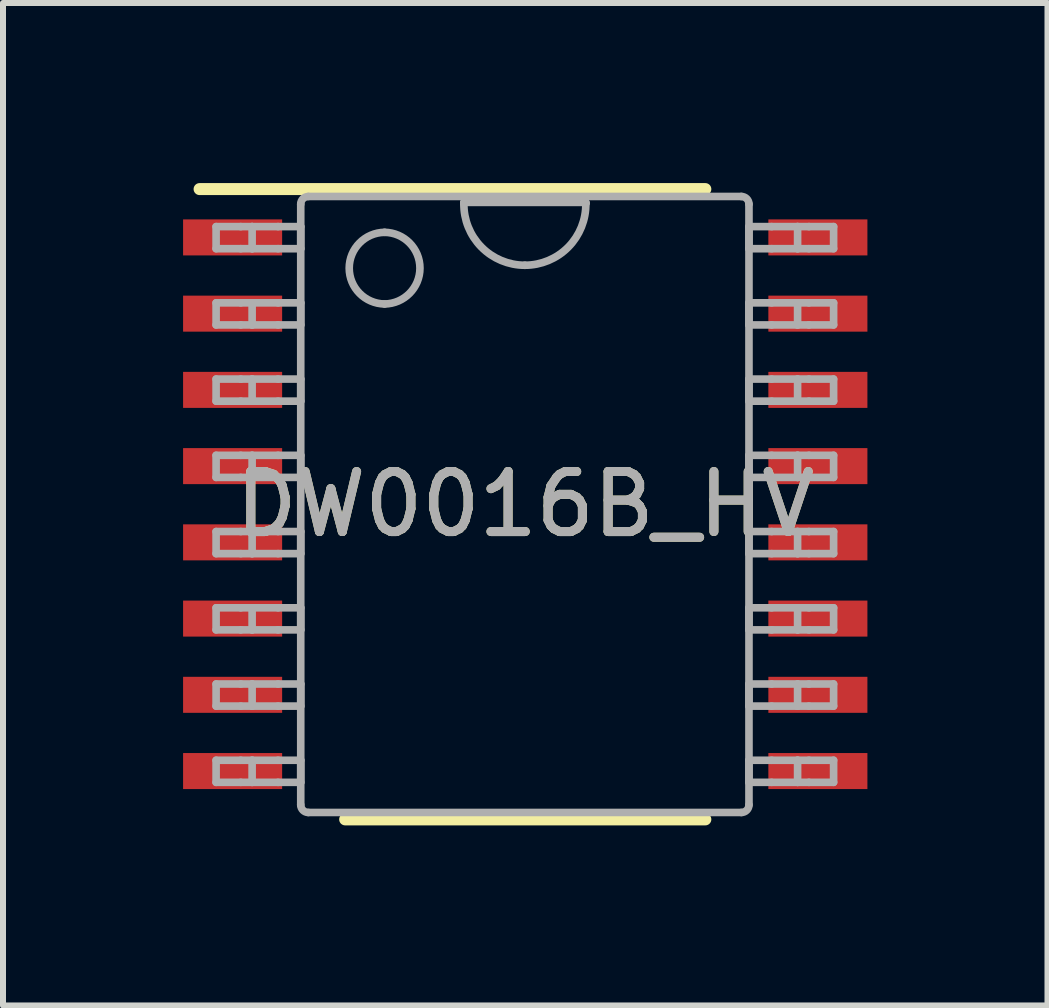
<source format=kicad_pcb>
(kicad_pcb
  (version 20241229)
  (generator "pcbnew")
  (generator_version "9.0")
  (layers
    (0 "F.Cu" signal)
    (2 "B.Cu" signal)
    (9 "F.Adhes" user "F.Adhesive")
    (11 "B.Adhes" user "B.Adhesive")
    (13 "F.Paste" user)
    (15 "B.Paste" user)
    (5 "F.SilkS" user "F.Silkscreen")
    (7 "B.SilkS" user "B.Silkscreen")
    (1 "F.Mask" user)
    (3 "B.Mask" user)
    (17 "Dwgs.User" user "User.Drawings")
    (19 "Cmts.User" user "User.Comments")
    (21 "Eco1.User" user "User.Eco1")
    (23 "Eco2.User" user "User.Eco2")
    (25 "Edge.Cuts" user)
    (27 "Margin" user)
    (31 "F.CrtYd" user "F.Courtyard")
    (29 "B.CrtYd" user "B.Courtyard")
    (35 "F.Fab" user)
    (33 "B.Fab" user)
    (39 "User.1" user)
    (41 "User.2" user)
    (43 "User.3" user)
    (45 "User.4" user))
  (footprint "DW0016B_HV"
    (layer "F.Cu")
    (at 5.7 5.35)
    (property "Reference" "DW0016B_HV" (at 0 0 0) (unlocked yes) (layer "F.SilkS") (effects (font (size 1 1) (thickness 0.15))))
    (attr smd)
    (fp_line (start -5.425 -5.25) (end 3 -5.25) (stroke (width 0.2) (type solid)) (layer "F.SilkS"))
    (fp_line (start -3 5.25) (end 3 5.25) (stroke (width 0.2) (type solid)) (layer "F.SilkS"))
    (fp_line (start -5.15 -4.625) (end -4.739 -4.625) (stroke (width 0.127) (type solid)) (layer "F.Fab"))
    (fp_line (start -5.15 -4.257) (end -5.15 -4.625) (stroke (width 0.127) (type solid)) (layer "F.Fab"))
    (fp_line (start -5.15 -4.257) (end -4.739 -4.257) (stroke (width 0.127) (type solid)) (layer "F.Fab"))
    (fp_line (start -5.15 -3.355) (end -4.739 -3.355) (stroke (width 0.127) (type solid)) (layer "F.Fab"))
    (fp_line (start -5.15 -2.987) (end -5.15 -3.355) (stroke (width 0.127) (type solid)) (layer "F.Fab"))
    (fp_line (start -5.15 -2.987) (end -4.739 -2.987) (stroke (width 0.127) (type solid)) (layer "F.Fab"))
    (fp_line (start -5.15 -2.085) (end -4.739 -2.085) (stroke (width 0.127) (type solid)) (layer "F.Fab"))
    (fp_line (start -5.15 -1.717) (end -5.15 -2.085) (stroke (width 0.127) (type solid)) (layer "F.Fab"))
    (fp_line (start -5.15 -1.717) (end -4.739 -1.717) (stroke (width 0.127) (type solid)) (layer "F.Fab"))
    (fp_line (start -5.15 -0.815) (end -4.739 -0.815) (stroke (width 0.127) (type solid)) (layer "F.Fab"))
    (fp_line (start -5.15 -0.447) (end -5.15 -0.815) (stroke (width 0.127) (type solid)) (layer "F.Fab"))
    (fp_line (start -5.15 -0.447) (end -4.739 -0.447) (stroke (width 0.127) (type solid)) (layer "F.Fab"))
    (fp_line (start -5.15 0.455) (end -4.739 0.455) (stroke (width 0.127) (type solid)) (layer "F.Fab"))
    (fp_line (start -5.15 0.823) (end -5.15 0.455) (stroke (width 0.127) (type solid)) (layer "F.Fab"))
    (fp_line (start -5.15 0.823) (end -4.739 0.823) (stroke (width 0.127) (type solid)) (layer "F.Fab"))
    (fp_line (start -5.15 1.725) (end -4.739 1.725) (stroke (width 0.127) (type solid)) (layer "F.Fab"))
    (fp_line (start -5.15 2.093) (end -5.15 1.725) (stroke (width 0.127) (type solid)) (layer "F.Fab"))
    (fp_line (start -5.15 2.093) (end -4.739 2.093) (stroke (width 0.127) (type solid)) (layer "F.Fab"))
    (fp_line (start -5.15 2.995) (end -4.739 2.995) (stroke (width 0.127) (type solid)) (layer "F.Fab"))
    (fp_line (start -5.15 3.363) (end -5.15 2.995) (stroke (width 0.127) (type solid)) (layer "F.Fab"))
    (fp_line (start -5.15 3.363) (end -4.739 3.363) (stroke (width 0.127) (type solid)) (layer "F.Fab"))
    (fp_line (start -5.15 4.265) (end -4.739 4.265) (stroke (width 0.127) (type solid)) (layer "F.Fab"))
    (fp_line (start -5.15 4.633) (end -5.15 4.265) (stroke (width 0.127) (type solid)) (layer "F.Fab"))
    (fp_line (start -5.15 4.633) (end -4.739 4.633) (stroke (width 0.127) (type solid)) (layer "F.Fab"))
    (fp_line (start -4.739 -4.625) (end -4.55 -4.625) (stroke (width 0.127) (type solid)) (layer "F.Fab"))
    (fp_line (start -4.739 -4.257) (end -4.55 -4.257) (stroke (width 0.127) (type solid)) (layer "F.Fab"))
    (fp_line (start -4.739 -3.355) (end -4.55 -3.355) (stroke (width 0.127) (type solid)) (layer "F.Fab"))
    (fp_line (start -4.739 -2.987) (end -4.55 -2.987) (stroke (width 0.127) (type solid)) (layer "F.Fab"))
    (fp_line (start -4.739 -2.085) (end -4.55 -2.085) (stroke (width 0.127) (type solid)) (layer "F.Fab"))
    (fp_line (start -4.739 -1.717) (end -4.55 -1.717) (stroke (width 0.127) (type solid)) (layer "F.Fab"))
    (fp_line (start -4.739 -0.815) (end -4.55 -0.815) (stroke (width 0.127) (type solid)) (layer "F.Fab"))
    (fp_line (start -4.739 -0.447) (end -4.55 -0.447) (stroke (width 0.127) (type solid)) (layer "F.Fab"))
    (fp_line (start -4.739 0.455) (end -4.55 0.455) (stroke (width 0.127) (type solid)) (layer "F.Fab"))
    (fp_line (start -4.739 0.823) (end -4.55 0.823) (stroke (width 0.127) (type solid)) (layer "F.Fab"))
    (fp_line (start -4.739 1.725) (end -4.55 1.725) (stroke (width 0.127) (type solid)) (layer "F.Fab"))
    (fp_line (start -4.739 2.093) (end -4.55 2.093) (stroke (width 0.127) (type solid)) (layer "F.Fab"))
    (fp_line (start -4.739 2.995) (end -4.55 2.995) (stroke (width 0.127) (type solid)) (layer "F.Fab"))
    (fp_line (start -4.739 3.363) (end -4.55 3.363) (stroke (width 0.127) (type solid)) (layer "F.Fab"))
    (fp_line (start -4.739 4.265) (end -4.55 4.265) (stroke (width 0.127) (type solid)) (layer "F.Fab"))
    (fp_line (start -4.739 4.633) (end -4.55 4.633) (stroke (width 0.127) (type solid)) (layer "F.Fab"))
    (fp_line (start -4.55 -4.625) (end -4.118 -4.625) (stroke (width 0.127) (type solid)) (layer "F.Fab"))
    (fp_line (start -4.55 -4.257) (end -4.55 -4.625) (stroke (width 0.127) (type solid)) (layer "F.Fab"))
    (fp_line (start -4.55 -4.257) (end -4.118 -4.257) (stroke (width 0.127) (type solid)) (layer "F.Fab"))
    (fp_line (start -4.55 -3.355) (end -4.118 -3.355) (stroke (width 0.127) (type solid)) (layer "F.Fab"))
    (fp_line (start -4.55 -2.987) (end -4.55 -3.355) (stroke (width 0.127) (type solid)) (layer "F.Fab"))
    (fp_line (start -4.55 -2.987) (end -4.118 -2.987) (stroke (width 0.127) (type solid)) (layer "F.Fab"))
    (fp_line (start -4.55 -2.085) (end -4.118 -2.085) (stroke (width 0.127) (type solid)) (layer "F.Fab"))
    (fp_line (start -4.55 -1.717) (end -4.55 -2.085) (stroke (width 0.127) (type solid)) (layer "F.Fab"))
    (fp_line (start -4.55 -1.717) (end -4.118 -1.717) (stroke (width 0.127) (type solid)) (layer "F.Fab"))
    (fp_line (start -4.55 -0.815) (end -4.118 -0.815) (stroke (width 0.127) (type solid)) (layer "F.Fab"))
    (fp_line (start -4.55 -0.447) (end -4.55 -0.815) (stroke (width 0.127) (type solid)) (layer "F.Fab"))
    (fp_line (start -4.55 -0.447) (end -4.118 -0.447) (stroke (width 0.127) (type solid)) (layer "F.Fab"))
    (fp_line (start -4.55 0.455) (end -4.118 0.455) (stroke (width 0.127) (type solid)) (layer "F.Fab"))
    (fp_line (start -4.55 0.823) (end -4.55 0.455) (stroke (width 0.127) (type solid)) (layer "F.Fab"))
    (fp_line (start -4.55 0.823) (end -4.118 0.823) (stroke (width 0.127) (type solid)) (layer "F.Fab"))
    (fp_line (start -4.55 1.725) (end -4.118 1.725) (stroke (width 0.127) (type solid)) (layer "F.Fab"))
    (fp_line (start -4.55 2.093) (end -4.55 1.725) (stroke (width 0.127) (type solid)) (layer "F.Fab"))
    (fp_line (start -4.55 2.093) (end -4.118 2.093) (stroke (width 0.127) (type solid)) (layer "F.Fab"))
    (fp_line (start -4.55 2.995) (end -4.118 2.995) (stroke (width 0.127) (type solid)) (layer "F.Fab"))
    (fp_line (start -4.55 3.363) (end -4.55 2.995) (stroke (width 0.127) (type solid)) (layer "F.Fab"))
    (fp_line (start -4.55 3.363) (end -4.118 3.363) (stroke (width 0.127) (type solid)) (layer "F.Fab"))
    (fp_line (start -4.55 4.265) (end -4.118 4.265) (stroke (width 0.127) (type solid)) (layer "F.Fab"))
    (fp_line (start -4.55 4.633) (end -4.55 4.265) (stroke (width 0.127) (type solid)) (layer "F.Fab"))
    (fp_line (start -4.55 4.633) (end -4.118 4.633) (stroke (width 0.127) (type solid)) (layer "F.Fab"))
    (fp_line (start -4.118 -4.625) (end -3.74 -4.625) (stroke (width 0.127) (type solid)) (layer "F.Fab"))
    (fp_line (start -4.118 -4.257) (end -3.74 -4.257) (stroke (width 0.127) (type solid)) (layer "F.Fab"))
    (fp_line (start -4.118 -3.355) (end -3.74 -3.355) (stroke (width 0.127) (type solid)) (layer "F.Fab"))
    (fp_line (start -4.118 -2.987) (end -3.74 -2.987) (stroke (width 0.127) (type solid)) (layer "F.Fab"))
    (fp_line (start -4.118 -2.085) (end -3.74 -2.085) (stroke (width 0.127) (type solid)) (layer "F.Fab"))
    (fp_line (start -4.118 -1.717) (end -3.74 -1.717) (stroke (width 0.127) (type solid)) (layer "F.Fab"))
    (fp_line (start -4.118 -0.815) (end -3.74 -0.815) (stroke (width 0.127) (type solid)) (layer "F.Fab"))
    (fp_line (start -4.118 -0.447) (end -3.74 -0.447) (stroke (width 0.127) (type solid)) (layer "F.Fab"))
    (fp_line (start -4.118 0.455) (end -3.74 0.455) (stroke (width 0.127) (type solid)) (layer "F.Fab"))
    (fp_line (start -4.118 0.823) (end -3.74 0.823) (stroke (width 0.127) (type solid)) (layer "F.Fab"))
    (fp_line (start -4.118 1.725) (end -3.74 1.725) (stroke (width 0.127) (type solid)) (layer "F.Fab"))
    (fp_line (start -4.118 2.093) (end -3.74 2.093) (stroke (width 0.127) (type solid)) (layer "F.Fab"))
    (fp_line (start -4.118 2.995) (end -3.74 2.995) (stroke (width 0.127) (type solid)) (layer "F.Fab"))
    (fp_line (start -4.118 3.363) (end -3.74 3.363) (stroke (width 0.127) (type solid)) (layer "F.Fab"))
    (fp_line (start -4.118 4.265) (end -3.74 4.265) (stroke (width 0.127) (type solid)) (layer "F.Fab"))
    (fp_line (start -4.118 4.633) (end -3.74 4.633) (stroke (width 0.127) (type solid)) (layer "F.Fab"))
    (fp_line (start -3.74 -4.257) (end -3.74 -4.625) (stroke (width 0.127) (type solid)) (layer "F.Fab"))
    (fp_line (start -3.74 -2.987) (end -3.74 -3.355) (stroke (width 0.127) (type solid)) (layer "F.Fab"))
    (fp_line (start -3.74 -1.717) (end -3.74 -2.085) (stroke (width 0.127) (type solid)) (layer "F.Fab"))
    (fp_line (start -3.74 -0.447) (end -3.74 -0.815) (stroke (width 0.127) (type solid)) (layer "F.Fab"))
    (fp_line (start -3.74 0.823) (end -3.74 0.455) (stroke (width 0.127) (type solid)) (layer "F.Fab"))
    (fp_line (start -3.74 2.093) (end -3.74 1.725) (stroke (width 0.127) (type solid)) (layer "F.Fab"))
    (fp_line (start -3.74 3.363) (end -3.74 2.995) (stroke (width 0.127) (type solid)) (layer "F.Fab"))
    (fp_line (start -3.74 4.633) (end -3.74 4.265) (stroke (width 0.127) (type solid)) (layer "F.Fab"))
    (fp_line (start -3.74 5.008) (end -3.74 -5) (stroke (width 0.127) (type solid)) (layer "F.Fab"))
    (fp_line (start -3.614 -5.127) (end 3.601 -5.127) (stroke (width 0.127) (type solid)) (layer "F.Fab"))
    (fp_line (start -3.614 5.135) (end 3.601 5.135) (stroke (width 0.127) (type solid)) (layer "F.Fab"))
    (fp_line (start -1.023 -5.011) (end -1.022 -5.013) (stroke (width 0.127) (type solid)) (layer "F.Fab"))
    (fp_line (start -1.022 -5.013) (end -1.022 -5.028) (stroke (width 0.127) (type solid)) (layer "F.Fab"))
    (fp_line (start -1.022 -5.028) (end 1.009 -5.028) (stroke (width 0.127) (type solid)) (layer "F.Fab"))
    (fp_line (start 1.009 -5.028) (end 1.009 -5.013) (stroke (width 0.127) (type solid)) (layer "F.Fab"))
    (fp_line (start 1.009 -5.013) (end 1.01 -5.011) (stroke (width 0.127) (type solid)) (layer "F.Fab"))
    (fp_line (start 3.727 -4.625) (end 4.105 -4.625) (stroke (width 0.127) (type solid)) (layer "F.Fab"))
    (fp_line (start 3.727 -4.257) (end 3.727 -4.625) (stroke (width 0.127) (type solid)) (layer "F.Fab"))
    (fp_line (start 3.727 -4.257) (end 4.105 -4.257) (stroke (width 0.127) (type solid)) (layer "F.Fab"))
    (fp_line (start 3.727 -3.355) (end 4.105 -3.355) (stroke (width 0.127) (type solid)) (layer "F.Fab"))
    (fp_line (start 3.727 -2.987) (end 3.727 -3.355) (stroke (width 0.127) (type solid)) (layer "F.Fab"))
    (fp_line (start 3.727 -2.987) (end 4.105 -2.987) (stroke (width 0.127) (type solid)) (layer "F.Fab"))
    (fp_line (start 3.727 -2.085) (end 4.105 -2.085) (stroke (width 0.127) (type solid)) (layer "F.Fab"))
    (fp_line (start 3.727 -1.717) (end 3.727 -2.085) (stroke (width 0.127) (type solid)) (layer "F.Fab"))
    (fp_line (start 3.727 -1.717) (end 4.105 -1.717) (stroke (width 0.127) (type solid)) (layer "F.Fab"))
    (fp_line (start 3.727 -0.815) (end 4.105 -0.815) (stroke (width 0.127) (type solid)) (layer "F.Fab"))
    (fp_line (start 3.727 -0.447) (end 3.727 -0.815) (stroke (width 0.127) (type solid)) (layer "F.Fab"))
    (fp_line (start 3.727 -0.447) (end 4.105 -0.447) (stroke (width 0.127) (type solid)) (layer "F.Fab"))
    (fp_line (start 3.727 0.455) (end 4.105 0.455) (stroke (width 0.127) (type solid)) (layer "F.Fab"))
    (fp_line (start 3.727 0.823) (end 3.727 0.455) (stroke (width 0.127) (type solid)) (layer "F.Fab"))
    (fp_line (start 3.727 0.823) (end 4.105 0.823) (stroke (width 0.127) (type solid)) (layer "F.Fab"))
    (fp_line (start 3.727 1.725) (end 4.105 1.725) (stroke (width 0.127) (type solid)) (layer "F.Fab"))
    (fp_line (start 3.727 2.093) (end 3.727 1.725) (stroke (width 0.127) (type solid)) (layer "F.Fab"))
    (fp_line (start 3.727 2.093) (end 4.105 2.093) (stroke (width 0.127) (type solid)) (layer "F.Fab"))
    (fp_line (start 3.727 2.995) (end 4.105 2.995) (stroke (width 0.127) (type solid)) (layer "F.Fab"))
    (fp_line (start 3.727 3.363) (end 3.727 2.995) (stroke (width 0.127) (type solid)) (layer "F.Fab"))
    (fp_line (start 3.727 3.363) (end 4.105 3.363) (stroke (width 0.127) (type solid)) (layer "F.Fab"))
    (fp_line (start 3.727 4.265) (end 4.105 4.265) (stroke (width 0.127) (type solid)) (layer "F.Fab"))
    (fp_line (start 3.727 4.633) (end 3.727 4.265) (stroke (width 0.127) (type solid)) (layer "F.Fab"))
    (fp_line (start 3.727 4.633) (end 4.105 4.633) (stroke (width 0.127) (type solid)) (layer "F.Fab"))
    (fp_line (start 3.727 5.008) (end 3.727 -5) (stroke (width 0.127) (type solid)) (layer "F.Fab"))
    (fp_line (start 4.105 -4.625) (end 4.537 -4.625) (stroke (width 0.127) (type solid)) (layer "F.Fab"))
    (fp_line (start 4.105 -4.257) (end 4.537 -4.257) (stroke (width 0.127) (type solid)) (layer "F.Fab"))
    (fp_line (start 4.105 -3.355) (end 4.537 -3.355) (stroke (width 0.127) (type solid)) (layer "F.Fab"))
    (fp_line (start 4.105 -2.987) (end 4.537 -2.987) (stroke (width 0.127) (type solid)) (layer "F.Fab"))
    (fp_line (start 4.105 -2.085) (end 4.537 -2.085) (stroke (width 0.127) (type solid)) (layer "F.Fab"))
    (fp_line (start 4.105 -1.717) (end 4.537 -1.717) (stroke (width 0.127) (type solid)) (layer "F.Fab"))
    (fp_line (start 4.105 -0.815) (end 4.537 -0.815) (stroke (width 0.127) (type solid)) (layer "F.Fab"))
    (fp_line (start 4.105 -0.447) (end 4.537 -0.447) (stroke (width 0.127) (type solid)) (layer "F.Fab"))
    (fp_line (start 4.105 0.455) (end 4.537 0.455) (stroke (width 0.127) (type solid)) (layer "F.Fab"))
    (fp_line (start 4.105 0.823) (end 4.537 0.823) (stroke (width 0.127) (type solid)) (layer "F.Fab"))
    (fp_line (start 4.105 1.725) (end 4.537 1.725) (stroke (width 0.127) (type solid)) (layer "F.Fab"))
    (fp_line (start 4.105 2.093) (end 4.537 2.093) (stroke (width 0.127) (type solid)) (layer "F.Fab"))
    (fp_line (start 4.105 2.995) (end 4.537 2.995) (stroke (width 0.127) (type solid)) (layer "F.Fab"))
    (fp_line (start 4.105 3.363) (end 4.537 3.363) (stroke (width 0.127) (type solid)) (layer "F.Fab"))
    (fp_line (start 4.105 4.265) (end 4.537 4.265) (stroke (width 0.127) (type solid)) (layer "F.Fab"))
    (fp_line (start 4.105 4.633) (end 4.537 4.633) (stroke (width 0.127) (type solid)) (layer "F.Fab"))
    (fp_line (start 4.537 -4.625) (end 4.726 -4.625) (stroke (width 0.127) (type solid)) (layer "F.Fab"))
    (fp_line (start 4.537 -4.257) (end 4.537 -4.625) (stroke (width 0.127) (type solid)) (layer "F.Fab"))
    (fp_line (start 4.537 -4.257) (end 4.726 -4.257) (stroke (width 0.127) (type solid)) (layer "F.Fab"))
    (fp_line (start 4.537 -3.355) (end 4.726 -3.355) (stroke (width 0.127) (type solid)) (layer "F.Fab"))
    (fp_line (start 4.537 -2.987) (end 4.537 -3.355) (stroke (width 0.127) (type solid)) (layer "F.Fab"))
    (fp_line (start 4.537 -2.987) (end 4.726 -2.987) (stroke (width 0.127) (type solid)) (layer "F.Fab"))
    (fp_line (start 4.537 -2.085) (end 4.726 -2.085) (stroke (width 0.127) (type solid)) (layer "F.Fab"))
    (fp_line (start 4.537 -1.717) (end 4.537 -2.085) (stroke (width 0.127) (type solid)) (layer "F.Fab"))
    (fp_line (start 4.537 -1.717) (end 4.726 -1.717) (stroke (width 0.127) (type solid)) (layer "F.Fab"))
    (fp_line (start 4.537 -0.815) (end 4.726 -0.815) (stroke (width 0.127) (type solid)) (layer "F.Fab"))
    (fp_line (start 4.537 -0.447) (end 4.537 -0.815) (stroke (width 0.127) (type solid)) (layer "F.Fab"))
    (fp_line (start 4.537 -0.447) (end 4.726 -0.447) (stroke (width 0.127) (type solid)) (layer "F.Fab"))
    (fp_line (start 4.537 0.455) (end 4.726 0.455) (stroke (width 0.127) (type solid)) (layer "F.Fab"))
    (fp_line (start 4.537 0.823) (end 4.537 0.455) (stroke (width 0.127) (type solid)) (layer "F.Fab"))
    (fp_line (start 4.537 0.823) (end 4.726 0.823) (stroke (width 0.127) (type solid)) (layer "F.Fab"))
    (fp_line (start 4.537 1.725) (end 4.726 1.725) (stroke (width 0.127) (type solid)) (layer "F.Fab"))
    (fp_line (start 4.537 2.093) (end 4.537 1.725) (stroke (width 0.127) (type solid)) (layer "F.Fab"))
    (fp_line (start 4.537 2.093) (end 4.726 2.093) (stroke (width 0.127) (type solid)) (layer "F.Fab"))
    (fp_line (start 4.537 2.995) (end 4.726 2.995) (stroke (width 0.127) (type solid)) (layer "F.Fab"))
    (fp_line (start 4.537 3.363) (end 4.537 2.995) (stroke (width 0.127) (type solid)) (layer "F.Fab"))
    (fp_line (start 4.537 3.363) (end 4.726 3.363) (stroke (width 0.127) (type solid)) (layer "F.Fab"))
    (fp_line (start 4.537 4.265) (end 4.726 4.265) (stroke (width 0.127) (type solid)) (layer "F.Fab"))
    (fp_line (start 4.537 4.633) (end 4.537 4.265) (stroke (width 0.127) (type solid)) (layer "F.Fab"))
    (fp_line (start 4.537 4.633) (end 4.726 4.633) (stroke (width 0.127) (type solid)) (layer "F.Fab"))
    (fp_line (start 4.726 -4.625) (end 5.137 -4.625) (stroke (width 0.127) (type solid)) (layer "F.Fab"))
    (fp_line (start 4.726 -4.257) (end 5.137 -4.257) (stroke (width 0.127) (type solid)) (layer "F.Fab"))
    (fp_line (start 4.726 -3.355) (end 5.137 -3.355) (stroke (width 0.127) (type solid)) (layer "F.Fab"))
    (fp_line (start 4.726 -2.987) (end 5.137 -2.987) (stroke (width 0.127) (type solid)) (layer "F.Fab"))
    (fp_line (start 4.726 -2.085) (end 5.137 -2.085) (stroke (width 0.127) (type solid)) (layer "F.Fab"))
    (fp_line (start 4.726 -1.717) (end 5.137 -1.717) (stroke (width 0.127) (type solid)) (layer "F.Fab"))
    (fp_line (start 4.726 -0.815) (end 5.137 -0.815) (stroke (width 0.127) (type solid)) (layer "F.Fab"))
    (fp_line (start 4.726 -0.447) (end 5.137 -0.447) (stroke (width 0.127) (type solid)) (layer "F.Fab"))
    (fp_line (start 4.726 0.455) (end 5.137 0.455) (stroke (width 0.127) (type solid)) (layer "F.Fab"))
    (fp_line (start 4.726 0.823) (end 5.137 0.823) (stroke (width 0.127) (type solid)) (layer "F.Fab"))
    (fp_line (start 4.726 1.725) (end 5.137 1.725) (stroke (width 0.127) (type solid)) (layer "F.Fab"))
    (fp_line (start 4.726 2.093) (end 5.137 2.093) (stroke (width 0.127) (type solid)) (layer "F.Fab"))
    (fp_line (start 4.726 2.995) (end 5.137 2.995) (stroke (width 0.127) (type solid)) (layer "F.Fab"))
    (fp_line (start 4.726 3.363) (end 5.137 3.363) (stroke (width 0.127) (type solid)) (layer "F.Fab"))
    (fp_line (start 4.726 4.265) (end 5.137 4.265) (stroke (width 0.127) (type solid)) (layer "F.Fab"))
    (fp_line (start 4.726 4.633) (end 5.137 4.633) (stroke (width 0.127) (type solid)) (layer "F.Fab"))
    (fp_line (start 5.137 -4.257) (end 5.137 -4.625) (stroke (width 0.127) (type solid)) (layer "F.Fab"))
    (fp_line (start 5.137 -2.987) (end 5.137 -3.355) (stroke (width 0.127) (type solid)) (layer "F.Fab"))
    (fp_line (start 5.137 -1.717) (end 5.137 -2.085) (stroke (width 0.127) (type solid)) (layer "F.Fab"))
    (fp_line (start 5.137 -0.447) (end 5.137 -0.815) (stroke (width 0.127) (type solid)) (layer "F.Fab"))
    (fp_line (start 5.137 0.823) (end 5.137 0.455) (stroke (width 0.127) (type solid)) (layer "F.Fab"))
    (fp_line (start 5.137 2.093) (end 5.137 1.725) (stroke (width 0.127) (type solid)) (layer "F.Fab"))
    (fp_line (start 5.137 3.363) (end 5.137 2.995) (stroke (width 0.127) (type solid)) (layer "F.Fab"))
    (fp_line (start 5.137 4.633) (end 5.137 4.265) (stroke (width 0.127) (type solid)) (layer "F.Fab"))
    (fp_arc (start -3.740299 -5.000131) (mid -3.703105 -5.089455) (end -3.613781 -5.126649) (stroke (width 0.127) (type solid)) (layer "F.Fab"))
    (fp_arc (start -3.613781 5.134949) (mid -3.703105 5.097755) (end -3.740299 5.008432) (stroke (width 0.127) (type solid)) (layer "F.Fab"))
    (fp_arc (start -2.3433 -4.52975) (mid -1.7464 -3.93285) (end -2.3433 -3.33595) (stroke (width 0.127) (type solid)) (layer "F.Fab"))
    (fp_arc (start -2.3433 -3.33595) (mid -2.9402 -3.93285) (end -2.3433 -4.52975) (stroke (width 0.127) (type solid)) (layer "F.Fab"))
    (fp_arc (start -0.006501 -3.981237) (mid -0.730318 -4.284237) (end -1.0224 -5.012529) (stroke (width 0.127) (type solid)) (layer "F.Fab"))
    (fp_arc (start 1.009375 -5.012528) (mid 0.717306 -4.284242) (end -0.006499 -3.981237) (stroke (width 0.127) (type solid)) (layer "F.Fab"))
    (fp_arc (start 3.600756 -5.126649) (mid 3.690092 -5.08946) (end 3.727299 -5.000131) (stroke (width 0.127) (type solid)) (layer "F.Fab"))
    (fp_arc (start 3.727299 5.008432) (mid 3.690092 5.09776) (end 3.600756 5.13495) (stroke (width 0.127) (type solid)) (layer "F.Fab"))
    (fp_text user "${REFERENCE}" (at 0 0 0) (unlocked yes) (layer "F.Fab") (effects (font (size 1 1) (thickness 0.15))))
    (pad "1" smd rect (at -4.875 -4.445 90) (size 0.6 1.65) (layers "F.Cu" "F.Mask" "F.Paste"))
    (pad "2" smd rect (at -4.875 -3.175 90) (size 0.6 1.65) (layers "F.Cu" "F.Mask" "F.Paste"))
    (pad "3" smd rect (at -4.875 -1.905 90) (size 0.6 1.65) (layers "F.Cu" "F.Mask" "F.Paste"))
    (pad "4" smd rect (at -4.875 -0.635 90) (size 0.6 1.65) (layers "F.Cu" "F.Mask" "F.Paste"))
    (pad "5" smd rect (at -4.875 0.635 90) (size 0.6 1.65) (layers "F.Cu" "F.Mask" "F.Paste"))
    (pad "6" smd rect (at -4.875 1.905 90) (size 0.6 1.65) (layers "F.Cu" "F.Mask" "F.Paste"))
    (pad "7" smd rect (at -4.875 3.175 90) (size 0.6 1.65) (layers "F.Cu" "F.Mask" "F.Paste"))
    (pad "8" smd rect (at -4.875 4.445 90) (size 0.6 1.65) (layers "F.Cu" "F.Mask" "F.Paste"))
    (pad "9" smd rect (at 4.875 4.445 90) (size 0.6 1.65) (layers "F.Cu" "F.Mask" "F.Paste"))
    (pad "10" smd rect (at 4.875 3.175 90) (size 0.6 1.65) (layers "F.Cu" "F.Mask" "F.Paste"))
    (pad "11" smd rect (at 4.875 1.905 90) (size 0.6 1.65) (layers "F.Cu" "F.Mask" "F.Paste"))
    (pad "12" smd rect (at 4.875 0.635 90) (size 0.6 1.65) (layers "F.Cu" "F.Mask" "F.Paste"))
    (pad "13" smd rect (at 4.875 -0.635 90) (size 0.6 1.65) (layers "F.Cu" "F.Mask" "F.Paste"))
    (pad "14" smd rect (at 4.875 -1.905 90) (size 0.6 1.65) (layers "F.Cu" "F.Mask" "F.Paste"))
    (pad "15" smd rect (at 4.875 -3.175 90) (size 0.6 1.65) (layers "F.Cu" "F.Mask" "F.Paste"))
    (pad "16" smd rect (at 4.875 -4.445 90) (size 0.6 1.65) (layers "F.Cu" "F.Mask" "F.Paste")))
  (gr_rect
    (start -3 -3)
    (end 14.4 13.7)
    (stroke (width 0.1) (type default))
    (fill no)
    (layer "Edge.Cuts")))
</source>
